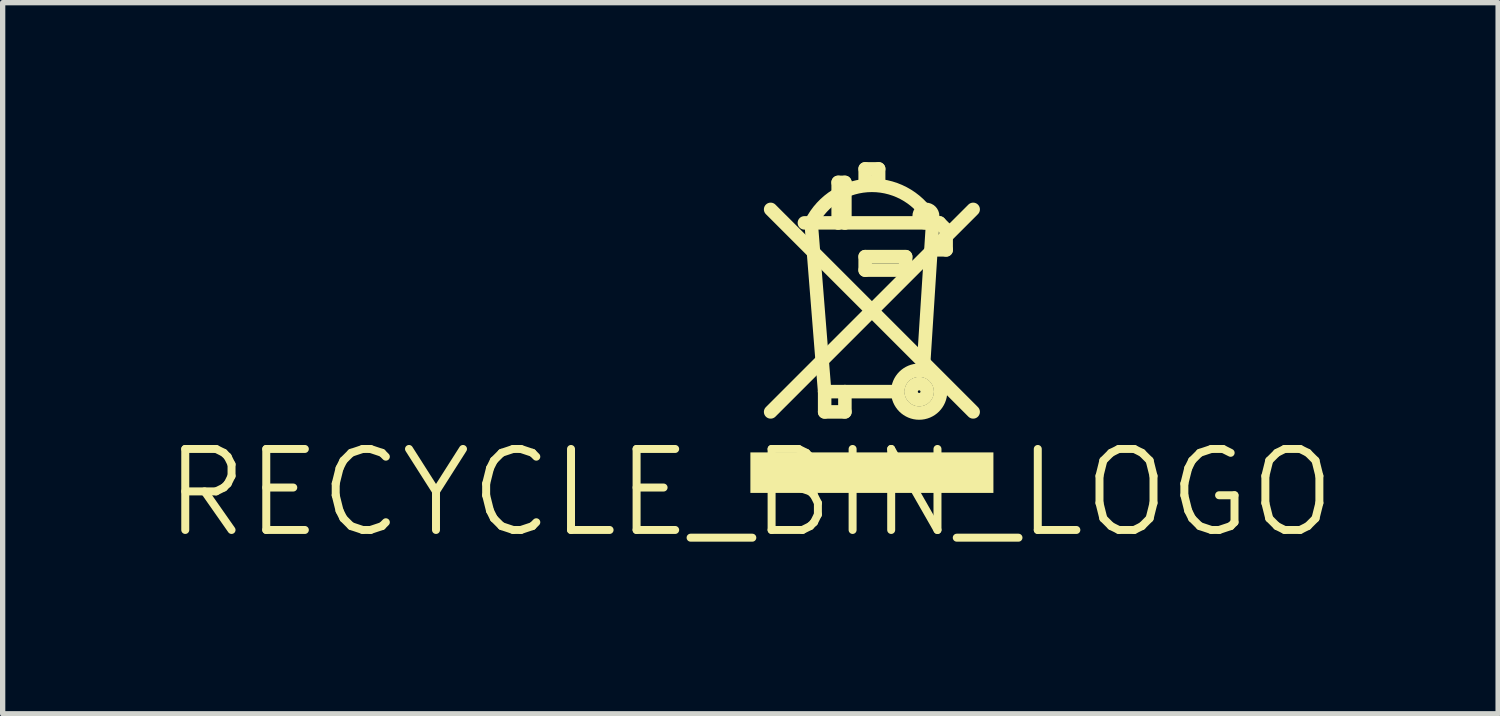
<source format=kicad_pcb>
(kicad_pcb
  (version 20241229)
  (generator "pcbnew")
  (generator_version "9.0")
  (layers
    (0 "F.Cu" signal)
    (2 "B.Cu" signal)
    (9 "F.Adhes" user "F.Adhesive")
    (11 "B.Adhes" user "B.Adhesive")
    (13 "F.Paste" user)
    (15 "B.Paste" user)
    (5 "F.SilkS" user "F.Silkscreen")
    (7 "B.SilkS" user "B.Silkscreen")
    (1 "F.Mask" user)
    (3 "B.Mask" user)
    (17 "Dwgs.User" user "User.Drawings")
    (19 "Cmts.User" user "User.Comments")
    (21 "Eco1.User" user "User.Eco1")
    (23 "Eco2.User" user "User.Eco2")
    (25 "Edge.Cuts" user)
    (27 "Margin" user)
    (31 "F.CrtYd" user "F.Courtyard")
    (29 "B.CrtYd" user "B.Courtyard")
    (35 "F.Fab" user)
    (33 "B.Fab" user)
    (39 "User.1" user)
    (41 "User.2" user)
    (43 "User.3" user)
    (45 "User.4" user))
  (footprint "RECYCLE_BIN_LOGO"
    (layer "F.Cu")
    (at 11.067 6.223)
    (property "Reference" "RECYCLE_BIN_LOGO" (at 0 0 0) (layer "F.SilkS") (effects (font (size 1.524 1.524) (thickness 0.15))))
    (attr through_hole)
    (fp_line (start 0.381 -5.334) (end 4.191 -1.524) (stroke (width 0.254) (type solid)) (layer "F.SilkS"))
    (fp_line (start 1.143 -5.08) (end 1.016 -5.08) (stroke (width 0.254) (type solid)) (layer "F.SilkS"))
    (fp_line (start 1.143 -5.08) (end 1.651 -5.08) (stroke (width 0.254) (type solid)) (layer "F.SilkS"))
    (fp_line (start 1.397 -1.905) (end 1.143 -5.08) (stroke (width 0.254) (type solid)) (layer "F.SilkS"))
    (fp_line (start 1.397 -1.905) (end 1.397 -1.524) (stroke (width 0.254) (type solid)) (layer "F.SilkS"))
    (fp_line (start 1.397 -1.524) (end 1.778 -1.524) (stroke (width 0.254) (type solid)) (layer "F.SilkS"))
    (fp_line (start 1.651 -5.842) (end 1.651 -5.08) (stroke (width 0.254) (type solid)) (layer "F.SilkS"))
    (fp_line (start 1.651 -5.842) (end 1.778 -5.842) (stroke (width 0.254) (type solid)) (layer "F.SilkS"))
    (fp_line (start 1.651 -5.08) (end 1.778 -5.08) (stroke (width 0.254) (type solid)) (layer "F.SilkS"))
    (fp_line (start 1.778 -5.842) (end 1.778 -5.08) (stroke (width 0.254) (type solid)) (layer "F.SilkS"))
    (fp_line (start 1.778 -5.08) (end 3.429 -5.08) (stroke (width 0.254) (type solid)) (layer "F.SilkS"))
    (fp_line (start 1.778 -1.905) (end 1.397 -1.905) (stroke (width 0.254) (type solid)) (layer "F.SilkS"))
    (fp_line (start 1.778 -1.524) (end 1.778 -1.905) (stroke (width 0.254) (type solid)) (layer "F.SilkS"))
    (fp_line (start 2.159 -6.096) (end 2.159 -5.842) (stroke (width 0.254) (type solid)) (layer "F.SilkS"))
    (fp_line (start 2.159 -5.842) (end 2.413 -5.842) (stroke (width 0.254) (type solid)) (layer "F.SilkS"))
    (fp_line (start 2.159 -4.445) (end 2.159 -4.191) (stroke (width 0.254) (type solid)) (layer "F.SilkS"))
    (fp_line (start 2.159 -4.191) (end 2.921 -4.191) (stroke (width 0.254) (type solid)) (layer "F.SilkS"))
    (fp_line (start 2.413 -6.096) (end 2.159 -6.096) (stroke (width 0.254) (type solid)) (layer "F.SilkS"))
    (fp_line (start 2.413 -5.842) (end 2.413 -6.096) (stroke (width 0.254) (type solid)) (layer "F.SilkS"))
    (fp_line (start 2.769 -1.905) (end 1.778 -1.905) (stroke (width 0.254) (type solid)) (layer "F.SilkS"))
    (fp_line (start 2.921 -4.445) (end 2.159 -4.445) (stroke (width 0.254) (type solid)) (layer "F.SilkS"))
    (fp_line (start 2.921 -4.191) (end 2.921 -4.445) (stroke (width 0.254) (type solid)) (layer "F.SilkS"))
    (fp_line (start 3.429 -5.08) (end 3.251 -2.311) (stroke (width 0.254) (type solid)) (layer "F.SilkS"))
    (fp_line (start 3.429 -5.08) (end 3.556 -5.08) (stroke (width 0.254) (type solid)) (layer "F.SilkS"))
    (fp_line (start 3.429 -4.572) (end 0.381 -1.524) (stroke (width 0.254) (type solid)) (layer "F.SilkS"))
    (fp_line (start 3.556 -5.08) (end 3.683 -4.953) (stroke (width 0.254) (type solid)) (layer "F.SilkS"))
    (fp_line (start 3.683 -4.953) (end 3.683 -4.572) (stroke (width 0.254) (type solid)) (layer "F.SilkS"))
    (fp_line (start 3.683 -4.572) (end 3.429 -4.572) (stroke (width 0.254) (type solid)) (layer "F.SilkS"))
    (fp_line (start 4.191 -5.334) (end 3.429 -4.572) (stroke (width 0.254) (type solid)) (layer "F.SilkS"))
    (fp_arc (start 1.143 -5.08) (mid 2.286 -5.786413) (end 3.429 -5.08) (stroke (width 0.254) (type solid)) (layer "F.SilkS"))
    (fp_circle (center 3.175 -1.905) (end 3.2 -1.905) (stroke (width 0.254) (type solid)) (fill no) (layer "F.SilkS"))
    (fp_circle (center 3.175 -1.905) (end 3.577 -1.905) (stroke (width 0.254) (type solid)) (fill no) (layer "F.SilkS"))
    (fp_circle (center 3.302 -5.207) (end 3.429 -5.207) (stroke (width 0.254) (type solid)) (fill no) (layer "F.SilkS"))
    (fp_poly (pts (xy 0 0) (xy 4.572 0) (xy 4.572 -0.762) (xy 0 -0.762)) (stroke (width 0) (type solid)) (fill yes) (layer "F.SilkS")))
  (gr_rect
    (start -3 -3)
    (end 25.134 10.378)
    (stroke (width 0.1) (type default))
    (fill no)
    (layer "Edge.Cuts")))
</source>
